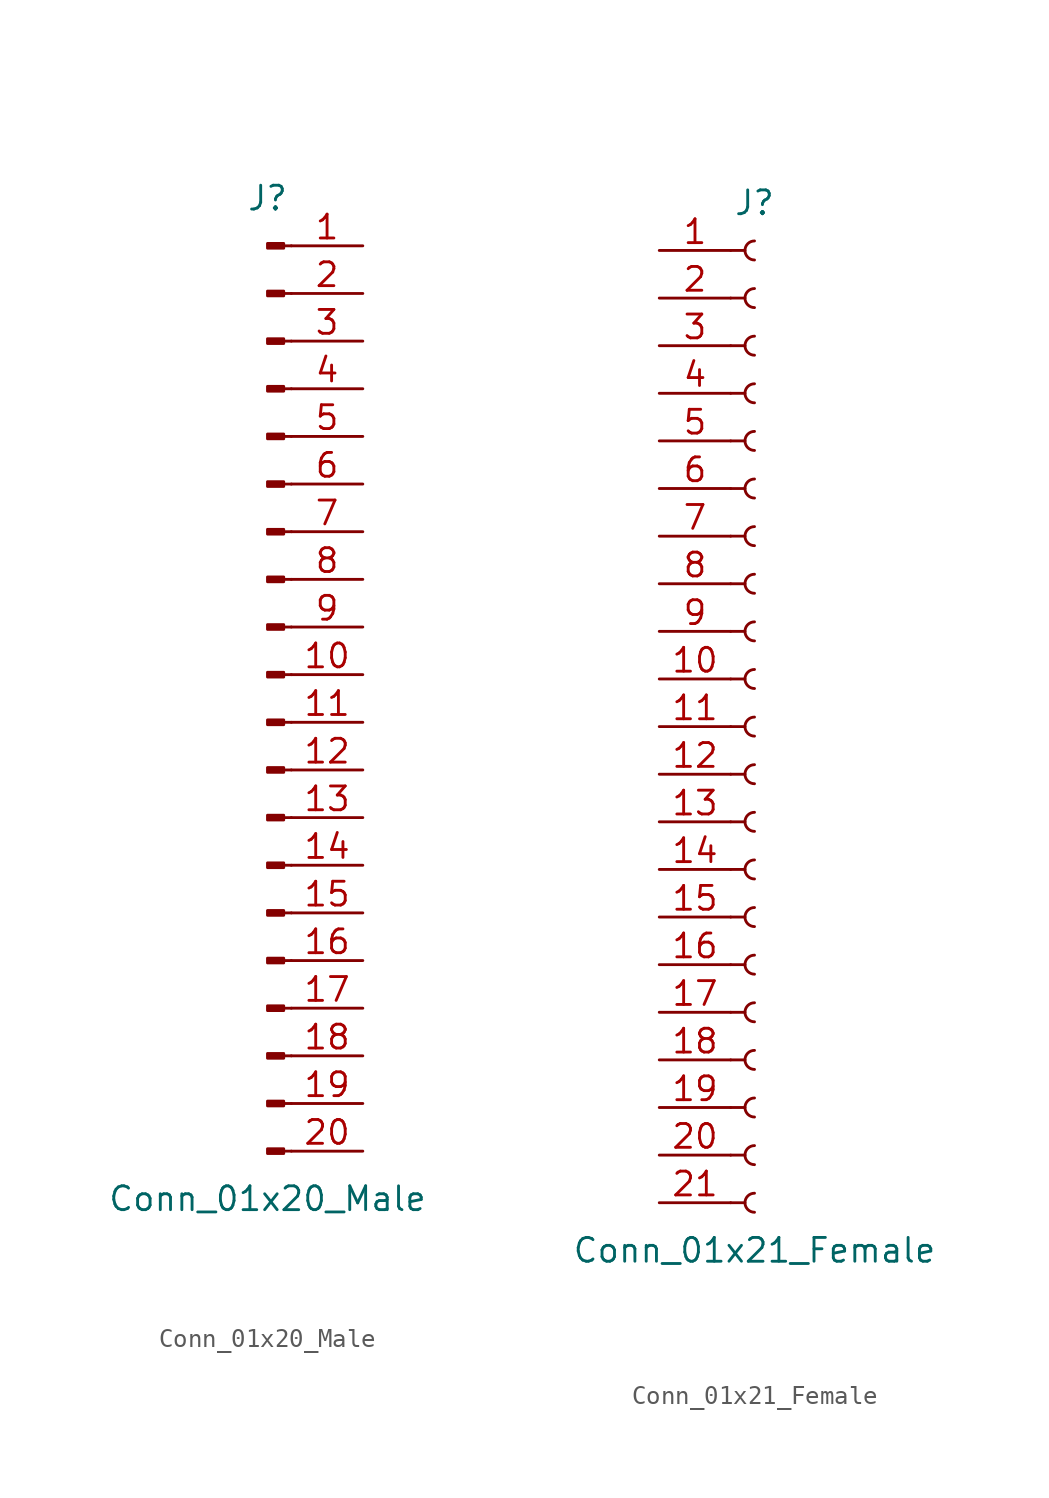
<source format=kicad_sym>
(kicad_symbol_lib
  (version 20220914)
  (generator kicad_symbol_editor)
  (symbol "Conn_01x20_Male"
    (pin_names
      (offset 1.016) hide)
    (property "Reference" "J"
      (at 0 25.4 0)
      (effects (font (size 1.27 1.27))))
    (property "Value" "Conn_01x20_Male"
      (at 0 -27.94 0)
      (effects (font (size 1.27 1.27))))
    (symbol "Conn_01x20_Male_1_1"
      (polyline (pts (xy 1.27 -25.4) (xy 0.864 -25.4)) (stroke (width 0.152) (type solid)) (fill (type none)))
      (polyline (pts (xy 1.27 -22.86) (xy 0.864 -22.86)) (stroke (width 0.152) (type solid)) (fill (type none)))
      (polyline (pts (xy 1.27 -20.32) (xy 0.864 -20.32)) (stroke (width 0.152) (type solid)) (fill (type none)))
      (polyline (pts (xy 1.27 -17.78) (xy 0.864 -17.78)) (stroke (width 0.152) (type solid)) (fill (type none)))
      (polyline (pts (xy 1.27 -15.24) (xy 0.864 -15.24)) (stroke (width 0.152) (type solid)) (fill (type none)))
      (polyline (pts (xy 1.27 -12.7) (xy 0.864 -12.7)) (stroke (width 0.152) (type solid)) (fill (type none)))
      (polyline (pts (xy 1.27 -10.16) (xy 0.864 -10.16)) (stroke (width 0.152) (type solid)) (fill (type none)))
      (polyline (pts (xy 1.27 -7.62) (xy 0.864 -7.62)) (stroke (width 0.152) (type solid)) (fill (type none)))
      (polyline (pts (xy 1.27 -5.08) (xy 0.864 -5.08)) (stroke (width 0.152) (type solid)) (fill (type none)))
      (polyline (pts (xy 1.27 -2.54) (xy 0.864 -2.54)) (stroke (width 0.152) (type solid)) (fill (type none)))
      (polyline (pts (xy 1.27 0) (xy 0.864 0)) (stroke (width 0.152) (type solid)) (fill (type none)))
      (polyline (pts (xy 1.27 2.54) (xy 0.864 2.54)) (stroke (width 0.152) (type solid)) (fill (type none)))
      (polyline (pts (xy 1.27 5.08) (xy 0.864 5.08)) (stroke (width 0.152) (type solid)) (fill (type none)))
      (polyline (pts (xy 1.27 7.62) (xy 0.864 7.62)) (stroke (width 0.152) (type solid)) (fill (type none)))
      (polyline (pts (xy 1.27 10.16) (xy 0.864 10.16)) (stroke (width 0.152) (type solid)) (fill (type none)))
      (polyline (pts (xy 1.27 12.7) (xy 0.864 12.7)) (stroke (width 0.152) (type solid)) (fill (type none)))
      (polyline (pts (xy 1.27 15.24) (xy 0.864 15.24)) (stroke (width 0.152) (type solid)) (fill (type none)))
      (polyline (pts (xy 1.27 17.78) (xy 0.864 17.78)) (stroke (width 0.152) (type solid)) (fill (type none)))
      (polyline (pts (xy 1.27 20.32) (xy 0.864 20.32)) (stroke (width 0.152) (type solid)) (fill (type none)))
      (polyline (pts (xy 1.27 22.86) (xy 0.864 22.86)) (stroke (width 0.152) (type solid)) (fill (type none)))
      (rectangle (start 0.864 -25.273) (end 0 -25.527) (stroke (width 0.152) (type solid)) (fill (type outline)))
      (rectangle (start 0.864 -22.733) (end 0 -22.987) (stroke (width 0.152) (type solid)) (fill (type outline)))
      (rectangle (start 0.864 -20.193) (end 0 -20.447) (stroke (width 0.152) (type solid)) (fill (type outline)))
      (rectangle (start 0.864 -17.653) (end 0 -17.907) (stroke (width 0.152) (type solid)) (fill (type outline)))
      (rectangle (start 0.864 -15.113) (end 0 -15.367) (stroke (width 0.152) (type solid)) (fill (type outline)))
      (rectangle (start 0.864 -12.573) (end 0 -12.827) (stroke (width 0.152) (type solid)) (fill (type outline)))
      (rectangle (start 0.864 -10.033) (end 0 -10.287) (stroke (width 0.152) (type solid)) (fill (type outline)))
      (rectangle (start 0.864 -7.493) (end 0 -7.747) (stroke (width 0.152) (type solid)) (fill (type outline)))
      (rectangle (start 0.864 -4.953) (end 0 -5.207) (stroke (width 0.152) (type solid)) (fill (type outline)))
      (rectangle (start 0.864 -2.413) (end 0 -2.667) (stroke (width 0.152) (type solid)) (fill (type outline)))
      (rectangle (start 0.864 0.127) (end 0 -0.127) (stroke (width 0.152) (type solid)) (fill (type outline)))
      (rectangle (start 0.864 2.667) (end 0 2.413) (stroke (width 0.152) (type solid)) (fill (type outline)))
      (rectangle (start 0.864 5.207) (end 0 4.953) (stroke (width 0.152) (type solid)) (fill (type outline)))
      (rectangle (start 0.864 7.747) (end 0 7.493) (stroke (width 0.152) (type solid)) (fill (type outline)))
      (rectangle (start 0.864 10.287) (end 0 10.033) (stroke (width 0.152) (type solid)) (fill (type outline)))
      (rectangle (start 0.864 12.827) (end 0 12.573) (stroke (width 0.152) (type solid)) (fill (type outline)))
      (rectangle (start 0.864 15.367) (end 0 15.113) (stroke (width 0.152) (type solid)) (fill (type outline)))
      (rectangle (start 0.864 17.907) (end 0 17.653) (stroke (width 0.152) (type solid)) (fill (type outline)))
      (rectangle (start 0.864 20.447) (end 0 20.193) (stroke (width 0.152) (type solid)) (fill (type outline)))
      (rectangle (start 0.864 22.987) (end 0 22.733) (stroke (width 0.152) (type solid)) (fill (type outline)))
      (pin passive line (at 5.08 22.86 180) (length 3.81) (name "Pin_1" (effects (font (size 1.27 1.27)))) (number "1" (effects (font (size 1.27 1.27)))))
      (pin passive line (at 5.08 0 180) (length 3.81) (name "Pin_10" (effects (font (size 1.27 1.27)))) (number "10" (effects (font (size 1.27 1.27)))))
      (pin passive line (at 5.08 -2.54 180) (length 3.81) (name "Pin_11" (effects (font (size 1.27 1.27)))) (number "11" (effects (font (size 1.27 1.27)))))
      (pin passive line (at 5.08 -5.08 180) (length 3.81) (name "Pin_12" (effects (font (size 1.27 1.27)))) (number "12" (effects (font (size 1.27 1.27)))))
      (pin passive line (at 5.08 -7.62 180) (length 3.81) (name "Pin_13" (effects (font (size 1.27 1.27)))) (number "13" (effects (font (size 1.27 1.27)))))
      (pin passive line (at 5.08 -10.16 180) (length 3.81) (name "Pin_14" (effects (font (size 1.27 1.27)))) (number "14" (effects (font (size 1.27 1.27)))))
      (pin passive line (at 5.08 -12.7 180) (length 3.81) (name "Pin_15" (effects (font (size 1.27 1.27)))) (number "15" (effects (font (size 1.27 1.27)))))
      (pin passive line (at 5.08 -15.24 180) (length 3.81) (name "Pin_16" (effects (font (size 1.27 1.27)))) (number "16" (effects (font (size 1.27 1.27)))))
      (pin passive line (at 5.08 -17.78 180) (length 3.81) (name "Pin_17" (effects (font (size 1.27 1.27)))) (number "17" (effects (font (size 1.27 1.27)))))
      (pin passive line (at 5.08 -20.32 180) (length 3.81) (name "Pin_18" (effects (font (size 1.27 1.27)))) (number "18" (effects (font (size 1.27 1.27)))))
      (pin passive line (at 5.08 -22.86 180) (length 3.81) (name "Pin_19" (effects (font (size 1.27 1.27)))) (number "19" (effects (font (size 1.27 1.27)))))
      (pin passive line (at 5.08 20.32 180) (length 3.81) (name "Pin_2" (effects (font (size 1.27 1.27)))) (number "2" (effects (font (size 1.27 1.27)))))
      (pin passive line (at 5.08 -25.4 180) (length 3.81) (name "Pin_20" (effects (font (size 1.27 1.27)))) (number "20" (effects (font (size 1.27 1.27)))))
      (pin passive line (at 5.08 17.78 180) (length 3.81) (name "Pin_3" (effects (font (size 1.27 1.27)))) (number "3" (effects (font (size 1.27 1.27)))))
      (pin passive line (at 5.08 15.24 180) (length 3.81) (name "Pin_4" (effects (font (size 1.27 1.27)))) (number "4" (effects (font (size 1.27 1.27)))))
      (pin passive line (at 5.08 12.7 180) (length 3.81) (name "Pin_5" (effects (font (size 1.27 1.27)))) (number "5" (effects (font (size 1.27 1.27)))))
      (pin passive line (at 5.08 10.16 180) (length 3.81) (name "Pin_6" (effects (font (size 1.27 1.27)))) (number "6" (effects (font (size 1.27 1.27)))))
      (pin passive line (at 5.08 7.62 180) (length 3.81) (name "Pin_7" (effects (font (size 1.27 1.27)))) (number "7" (effects (font (size 1.27 1.27)))))
      (pin passive line (at 5.08 5.08 180) (length 3.81) (name "Pin_8" (effects (font (size 1.27 1.27)))) (number "8" (effects (font (size 1.27 1.27)))))
      (pin passive line (at 5.08 2.54 180) (length 3.81) (name "Pin_9" (effects (font (size 1.27 1.27)))) (number "9" (effects (font (size 1.27 1.27)))))))
  (symbol "Conn_01x21_Female"
    (pin_names
      (offset 1.016) hide)
    (property "Reference" "J"
      (at 0 27.94 0)
      (effects (font (size 1.27 1.27))))
    (property "Value" "Conn_01x21_Female"
      (at 0 -27.94 0)
      (effects (font (size 1.27 1.27))))
    (symbol "Conn_01x21_Female_1_1"
      (arc (start 0 -24.892) (mid -0.5058 -25.4) (end 0 -25.908) (stroke (width 0.1524) (type solid)) (fill (type none)))
      (arc (start 0 -22.352) (mid -0.5058 -22.86) (end 0 -23.368) (stroke (width 0.1524) (type solid)) (fill (type none)))
      (arc (start 0 -19.812) (mid -0.5058 -20.32) (end 0 -20.828) (stroke (width 0.1524) (type solid)) (fill (type none)))
      (arc (start 0 -17.272) (mid -0.5058 -17.78) (end 0 -18.288) (stroke (width 0.1524) (type solid)) (fill (type none)))
      (arc (start 0 -14.732) (mid -0.5058 -15.24) (end 0 -15.748) (stroke (width 0.1524) (type solid)) (fill (type none)))
      (arc (start 0 -12.192) (mid -0.5058 -12.7) (end 0 -13.208) (stroke (width 0.1524) (type solid)) (fill (type none)))
      (arc (start 0 -9.652) (mid -0.5058 -10.16) (end 0 -10.668) (stroke (width 0.1524) (type solid)) (fill (type none)))
      (arc (start 0 -7.112) (mid -0.5058 -7.62) (end 0 -8.128) (stroke (width 0.1524) (type solid)) (fill (type none)))
      (arc (start 0 -4.572) (mid -0.5058 -5.08) (end 0 -5.588) (stroke (width 0.1524) (type solid)) (fill (type none)))
      (arc (start 0 -2.032) (mid -0.5058 -2.54) (end 0 -3.048) (stroke (width 0.1524) (type solid)) (fill (type none)))
      (polyline (pts (xy -1.27 -25.4) (xy -0.508 -25.4)) (stroke (width 0.152) (type solid)) (fill (type none)))
      (polyline (pts (xy -1.27 -22.86) (xy -0.508 -22.86)) (stroke (width 0.152) (type solid)) (fill (type none)))
      (polyline (pts (xy -1.27 -20.32) (xy -0.508 -20.32)) (stroke (width 0.152) (type solid)) (fill (type none)))
      (polyline (pts (xy -1.27 -17.78) (xy -0.508 -17.78)) (stroke (width 0.152) (type solid)) (fill (type none)))
      (polyline (pts (xy -1.27 -15.24) (xy -0.508 -15.24)) (stroke (width 0.152) (type solid)) (fill (type none)))
      (polyline (pts (xy -1.27 -12.7) (xy -0.508 -12.7)) (stroke (width 0.152) (type solid)) (fill (type none)))
      (polyline (pts (xy -1.27 -10.16) (xy -0.508 -10.16)) (stroke (width 0.152) (type solid)) (fill (type none)))
      (polyline (pts (xy -1.27 -7.62) (xy -0.508 -7.62)) (stroke (width 0.152) (type solid)) (fill (type none)))
      (polyline (pts (xy -1.27 -5.08) (xy -0.508 -5.08)) (stroke (width 0.152) (type solid)) (fill (type none)))
      (polyline (pts (xy -1.27 -2.54) (xy -0.508 -2.54)) (stroke (width 0.152) (type solid)) (fill (type none)))
      (polyline (pts (xy -1.27 0) (xy -0.508 0)) (stroke (width 0.152) (type solid)) (fill (type none)))
      (polyline (pts (xy -1.27 2.54) (xy -0.508 2.54)) (stroke (width 0.152) (type solid)) (fill (type none)))
      (polyline (pts (xy -1.27 5.08) (xy -0.508 5.08)) (stroke (width 0.152) (type solid)) (fill (type none)))
      (polyline (pts (xy -1.27 7.62) (xy -0.508 7.62)) (stroke (width 0.152) (type solid)) (fill (type none)))
      (polyline (pts (xy -1.27 10.16) (xy -0.508 10.16)) (stroke (width 0.152) (type solid)) (fill (type none)))
      (polyline (pts (xy -1.27 12.7) (xy -0.508 12.7)) (stroke (width 0.152) (type solid)) (fill (type none)))
      (polyline (pts (xy -1.27 15.24) (xy -0.508 15.24)) (stroke (width 0.152) (type solid)) (fill (type none)))
      (polyline (pts (xy -1.27 17.78) (xy -0.508 17.78)) (stroke (width 0.152) (type solid)) (fill (type none)))
      (polyline (pts (xy -1.27 20.32) (xy -0.508 20.32)) (stroke (width 0.152) (type solid)) (fill (type none)))
      (polyline (pts (xy -1.27 22.86) (xy -0.508 22.86)) (stroke (width 0.152) (type solid)) (fill (type none)))
      (polyline (pts (xy -1.27 25.4) (xy -0.508 25.4)) (stroke (width 0.152) (type solid)) (fill (type none)))
      (arc (start 0 0.508) (mid -0.5058 0) (end 0 -0.508) (stroke (width 0.1524) (type solid)) (fill (type none)))
      (arc (start 0 3.048) (mid -0.5058 2.54) (end 0 2.032) (stroke (width 0.1524) (type solid)) (fill (type none)))
      (arc (start 0 5.588) (mid -0.5058 5.08) (end 0 4.572) (stroke (width 0.1524) (type solid)) (fill (type none)))
      (arc (start 0 8.128) (mid -0.5058 7.62) (end 0 7.112) (stroke (width 0.1524) (type solid)) (fill (type none)))
      (arc (start 0 10.668) (mid -0.5058 10.16) (end 0 9.652) (stroke (width 0.1524) (type solid)) (fill (type none)))
      (arc (start 0 13.208) (mid -0.5058 12.7) (end 0 12.192) (stroke (width 0.1524) (type solid)) (fill (type none)))
      (arc (start 0 15.748) (mid -0.5058 15.24) (end 0 14.732) (stroke (width 0.1524) (type solid)) (fill (type none)))
      (arc (start 0 18.288) (mid -0.5058 17.78) (end 0 17.272) (stroke (width 0.1524) (type solid)) (fill (type none)))
      (arc (start 0 20.828) (mid -0.5058 20.32) (end 0 19.812) (stroke (width 0.1524) (type solid)) (fill (type none)))
      (arc (start 0 23.368) (mid -0.5058 22.86) (end 0 22.352) (stroke (width 0.1524) (type solid)) (fill (type none)))
      (arc (start 0 25.908) (mid -0.5058 25.4) (end 0 24.892) (stroke (width 0.1524) (type solid)) (fill (type none)))
      (pin passive line (at -5.08 25.4 0) (length 3.81) (name "Pin_1" (effects (font (size 1.27 1.27)))) (number "1" (effects (font (size 1.27 1.27)))))
      (pin passive line (at -5.08 2.54 0) (length 3.81) (name "Pin_10" (effects (font (size 1.27 1.27)))) (number "10" (effects (font (size 1.27 1.27)))))
      (pin passive line (at -5.08 0 0) (length 3.81) (name "Pin_11" (effects (font (size 1.27 1.27)))) (number "11" (effects (font (size 1.27 1.27)))))
      (pin passive line (at -5.08 -2.54 0) (length 3.81) (name "Pin_12" (effects (font (size 1.27 1.27)))) (number "12" (effects (font (size 1.27 1.27)))))
      (pin passive line (at -5.08 -5.08 0) (length 3.81) (name "Pin_13" (effects (font (size 1.27 1.27)))) (number "13" (effects (font (size 1.27 1.27)))))
      (pin passive line (at -5.08 -7.62 0) (length 3.81) (name "Pin_14" (effects (font (size 1.27 1.27)))) (number "14" (effects (font (size 1.27 1.27)))))
      (pin passive line (at -5.08 -10.16 0) (length 3.81) (name "Pin_15" (effects (font (size 1.27 1.27)))) (number "15" (effects (font (size 1.27 1.27)))))
      (pin passive line (at -5.08 -12.7 0) (length 3.81) (name "Pin_16" (effects (font (size 1.27 1.27)))) (number "16" (effects (font (size 1.27 1.27)))))
      (pin passive line (at -5.08 -15.24 0) (length 3.81) (name "Pin_17" (effects (font (size 1.27 1.27)))) (number "17" (effects (font (size 1.27 1.27)))))
      (pin passive line (at -5.08 -17.78 0) (length 3.81) (name "Pin_18" (effects (font (size 1.27 1.27)))) (number "18" (effects (font (size 1.27 1.27)))))
      (pin passive line (at -5.08 -20.32 0) (length 3.81) (name "Pin_19" (effects (font (size 1.27 1.27)))) (number "19" (effects (font (size 1.27 1.27)))))
      (pin passive line (at -5.08 22.86 0) (length 3.81) (name "Pin_2" (effects (font (size 1.27 1.27)))) (number "2" (effects (font (size 1.27 1.27)))))
      (pin passive line (at -5.08 -22.86 0) (length 3.81) (name "Pin_20" (effects (font (size 1.27 1.27)))) (number "20" (effects (font (size 1.27 1.27)))))
      (pin passive line (at -5.08 -25.4 0) (length 3.81) (name "Pin_21" (effects (font (size 1.27 1.27)))) (number "21" (effects (font (size 1.27 1.27)))))
      (pin passive line (at -5.08 20.32 0) (length 3.81) (name "Pin_3" (effects (font (size 1.27 1.27)))) (number "3" (effects (font (size 1.27 1.27)))))
      (pin passive line (at -5.08 17.78 0) (length 3.81) (name "Pin_4" (effects (font (size 1.27 1.27)))) (number "4" (effects (font (size 1.27 1.27)))))
      (pin passive line (at -5.08 15.24 0) (length 3.81) (name "Pin_5" (effects (font (size 1.27 1.27)))) (number "5" (effects (font (size 1.27 1.27)))))
      (pin passive line (at -5.08 12.7 0) (length 3.81) (name "Pin_6" (effects (font (size 1.27 1.27)))) (number "6" (effects (font (size 1.27 1.27)))))
      (pin passive line (at -5.08 10.16 0) (length 3.81) (name "Pin_7" (effects (font (size 1.27 1.27)))) (number "7" (effects (font (size 1.27 1.27)))))
      (pin passive line (at -5.08 7.62 0) (length 3.81) (name "Pin_8" (effects (font (size 1.27 1.27)))) (number "8" (effects (font (size 1.27 1.27)))))
      (pin passive line (at -5.08 5.08 0) (length 3.81) (name "Pin_9" (effects (font (size 1.27 1.27)))) (number "9" (effects (font (size 1.27 1.27))))))))
</source>
